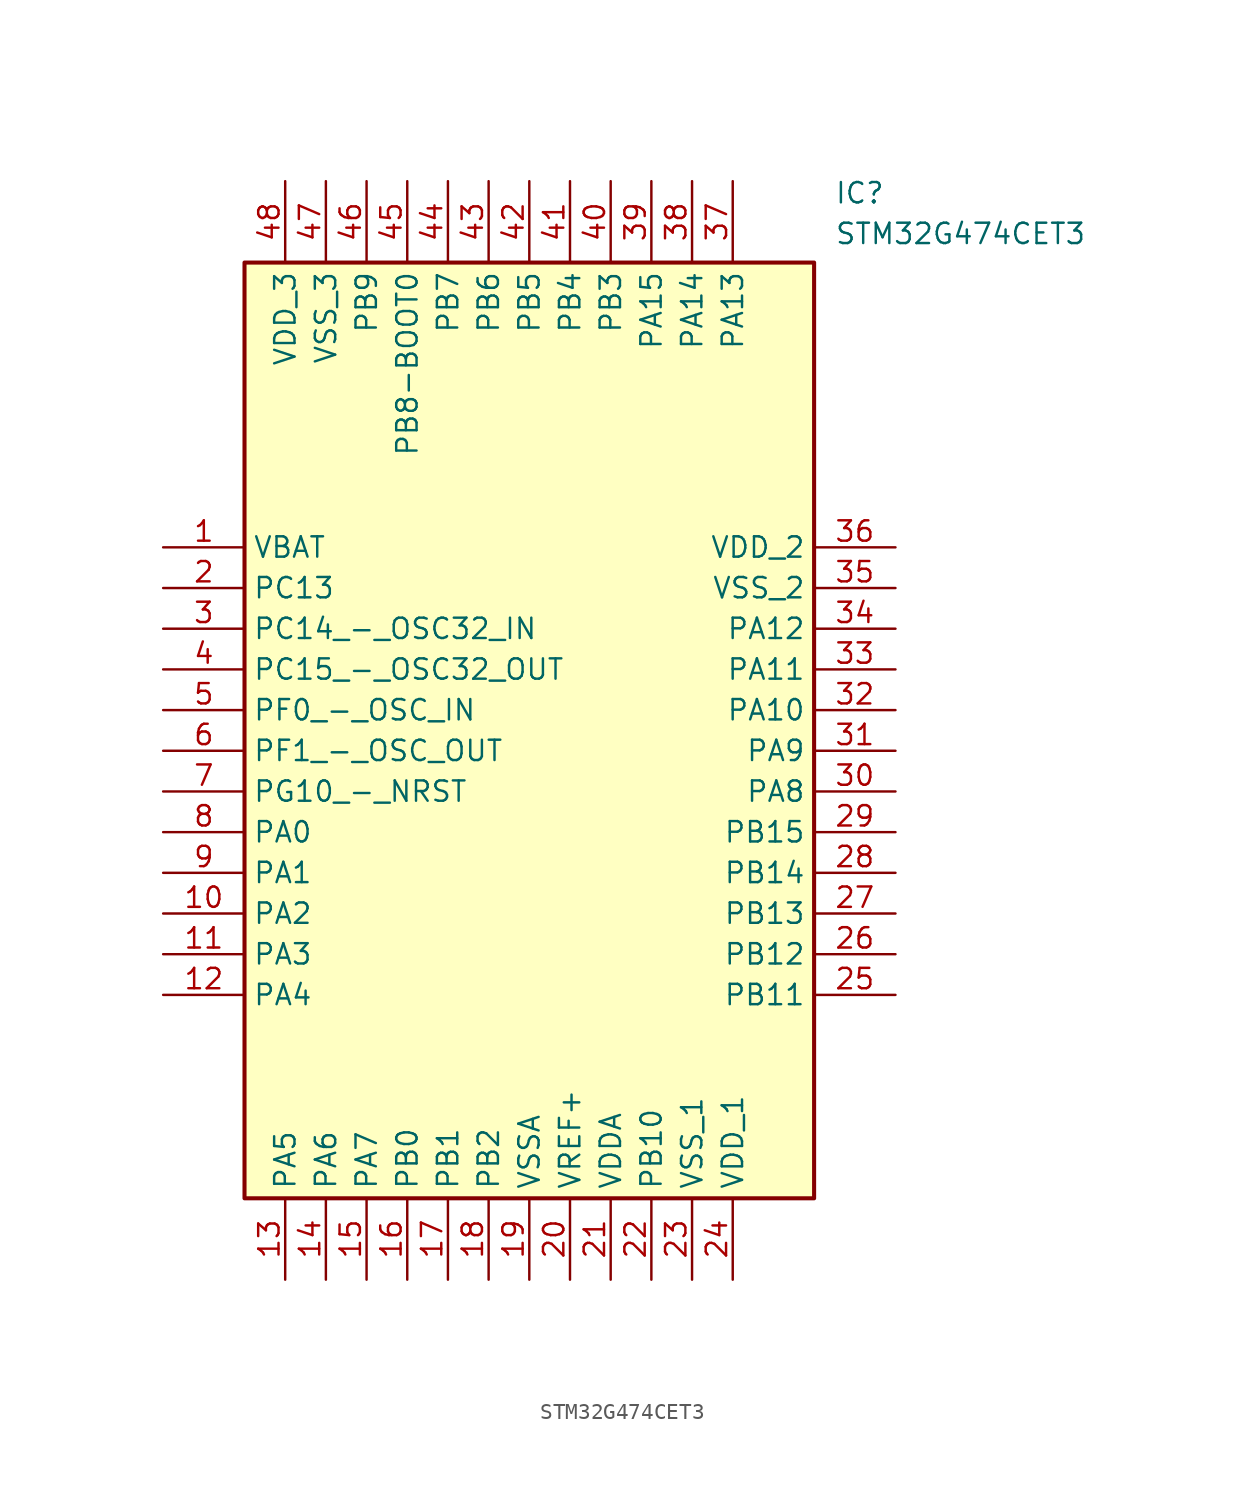
<source format=kicad_sym>
(kicad_symbol_lib
  (version 20211014)
  (generator SamacSys_ECAD_Model)
  (symbol "STM32G474CET3"
    (property "Reference" "IC"
      (at 41.91 22.86 0)
      (effects (font (size 1.27 1.27)) (justify left top)))
    (property "Value" "STM32G474CET3"
      (at 41.91 20.32 0)
      (effects (font (size 1.27 1.27)) (justify left top)))
    (rectangle
      (start 5.08 17.78)
      (end 40.64 -40.64)
      (stroke (width 0.254) (type default))
      (fill (type background)))
    (pin passive line
      (at 0 0 0)
      (length 5.08)
      (name "VBAT" (effects (font (size 1.27 1.27))))
      (number "1" (effects (font (size 1.27 1.27)))))
    (pin passive line
      (at 0 -2.54 0)
      (length 5.08)
      (name "PC13" (effects (font (size 1.27 1.27))))
      (number "2" (effects (font (size 1.27 1.27)))))
    (pin passive line
      (at 0 -5.08 0)
      (length 5.08)
      (name "PC14_-_OSC32_IN" (effects (font (size 1.27 1.27))))
      (number "3" (effects (font (size 1.27 1.27)))))
    (pin passive line
      (at 0 -7.62 0)
      (length 5.08)
      (name "PC15_-_OSC32_OUT" (effects (font (size 1.27 1.27))))
      (number "4" (effects (font (size 1.27 1.27)))))
    (pin passive line
      (at 0 -10.16 0)
      (length 5.08)
      (name "PF0_-_OSC_IN" (effects (font (size 1.27 1.27))))
      (number "5" (effects (font (size 1.27 1.27)))))
    (pin passive line
      (at 0 -12.7 0)
      (length 5.08)
      (name "PF1_-_OSC_OUT" (effects (font (size 1.27 1.27))))
      (number "6" (effects (font (size 1.27 1.27)))))
    (pin passive line
      (at 0 -15.24 0)
      (length 5.08)
      (name "PG10_-_NRST" (effects (font (size 1.27 1.27))))
      (number "7" (effects (font (size 1.27 1.27)))))
    (pin passive line
      (at 0 -17.78 0)
      (length 5.08)
      (name "PA0" (effects (font (size 1.27 1.27))))
      (number "8" (effects (font (size 1.27 1.27)))))
    (pin passive line
      (at 0 -20.32 0)
      (length 5.08)
      (name "PA1" (effects (font (size 1.27 1.27))))
      (number "9" (effects (font (size 1.27 1.27)))))
    (pin passive line
      (at 0 -22.86 0)
      (length 5.08)
      (name "PA2" (effects (font (size 1.27 1.27))))
      (number "10" (effects (font (size 1.27 1.27)))))
    (pin passive line
      (at 0 -25.4 0)
      (length 5.08)
      (name "PA3" (effects (font (size 1.27 1.27))))
      (number "11" (effects (font (size 1.27 1.27)))))
    (pin passive line
      (at 0 -27.94 0)
      (length 5.08)
      (name "PA4" (effects (font (size 1.27 1.27))))
      (number "12" (effects (font (size 1.27 1.27)))))
    (pin passive line
      (at 7.62 -45.72 90)
      (length 5.08)
      (name "PA5" (effects (font (size 1.27 1.27))))
      (number "13" (effects (font (size 1.27 1.27)))))
    (pin passive line
      (at 10.16 -45.72 90)
      (length 5.08)
      (name "PA6" (effects (font (size 1.27 1.27))))
      (number "14" (effects (font (size 1.27 1.27)))))
    (pin passive line
      (at 12.7 -45.72 90)
      (length 5.08)
      (name "PA7" (effects (font (size 1.27 1.27))))
      (number "15" (effects (font (size 1.27 1.27)))))
    (pin passive line
      (at 15.24 -45.72 90)
      (length 5.08)
      (name "PB0" (effects (font (size 1.27 1.27))))
      (number "16" (effects (font (size 1.27 1.27)))))
    (pin passive line
      (at 17.78 -45.72 90)
      (length 5.08)
      (name "PB1" (effects (font (size 1.27 1.27))))
      (number "17" (effects (font (size 1.27 1.27)))))
    (pin passive line
      (at 20.32 -45.72 90)
      (length 5.08)
      (name "PB2" (effects (font (size 1.27 1.27))))
      (number "18" (effects (font (size 1.27 1.27)))))
    (pin passive line
      (at 22.86 -45.72 90)
      (length 5.08)
      (name "VSSA" (effects (font (size 1.27 1.27))))
      (number "19" (effects (font (size 1.27 1.27)))))
    (pin passive line
      (at 25.4 -45.72 90)
      (length 5.08)
      (name "VREF+" (effects (font (size 1.27 1.27))))
      (number "20" (effects (font (size 1.27 1.27)))))
    (pin passive line
      (at 27.94 -45.72 90)
      (length 5.08)
      (name "VDDA" (effects (font (size 1.27 1.27))))
      (number "21" (effects (font (size 1.27 1.27)))))
    (pin passive line
      (at 30.48 -45.72 90)
      (length 5.08)
      (name "PB10" (effects (font (size 1.27 1.27))))
      (number "22" (effects (font (size 1.27 1.27)))))
    (pin passive line
      (at 33.02 -45.72 90)
      (length 5.08)
      (name "VSS_1" (effects (font (size 1.27 1.27))))
      (number "23" (effects (font (size 1.27 1.27)))))
    (pin passive line
      (at 35.56 -45.72 90)
      (length 5.08)
      (name "VDD_1" (effects (font (size 1.27 1.27))))
      (number "24" (effects (font (size 1.27 1.27)))))
    (pin passive line
      (at 45.72 0 180)
      (length 5.08)
      (name "VDD_2" (effects (font (size 1.27 1.27))))
      (number "36" (effects (font (size 1.27 1.27)))))
    (pin passive line
      (at 45.72 -2.54 180)
      (length 5.08)
      (name "VSS_2" (effects (font (size 1.27 1.27))))
      (number "35" (effects (font (size 1.27 1.27)))))
    (pin passive line
      (at 45.72 -5.08 180)
      (length 5.08)
      (name "PA12" (effects (font (size 1.27 1.27))))
      (number "34" (effects (font (size 1.27 1.27)))))
    (pin passive line
      (at 45.72 -7.62 180)
      (length 5.08)
      (name "PA11" (effects (font (size 1.27 1.27))))
      (number "33" (effects (font (size 1.27 1.27)))))
    (pin passive line
      (at 45.72 -10.16 180)
      (length 5.08)
      (name "PA10" (effects (font (size 1.27 1.27))))
      (number "32" (effects (font (size 1.27 1.27)))))
    (pin passive line
      (at 45.72 -12.7 180)
      (length 5.08)
      (name "PA9" (effects (font (size 1.27 1.27))))
      (number "31" (effects (font (size 1.27 1.27)))))
    (pin passive line
      (at 45.72 -15.24 180)
      (length 5.08)
      (name "PA8" (effects (font (size 1.27 1.27))))
      (number "30" (effects (font (size 1.27 1.27)))))
    (pin passive line
      (at 45.72 -17.78 180)
      (length 5.08)
      (name "PB15" (effects (font (size 1.27 1.27))))
      (number "29" (effects (font (size 1.27 1.27)))))
    (pin passive line
      (at 45.72 -20.32 180)
      (length 5.08)
      (name "PB14" (effects (font (size 1.27 1.27))))
      (number "28" (effects (font (size 1.27 1.27)))))
    (pin passive line
      (at 45.72 -22.86 180)
      (length 5.08)
      (name "PB13" (effects (font (size 1.27 1.27))))
      (number "27" (effects (font (size 1.27 1.27)))))
    (pin passive line
      (at 45.72 -25.4 180)
      (length 5.08)
      (name "PB12" (effects (font (size 1.27 1.27))))
      (number "26" (effects (font (size 1.27 1.27)))))
    (pin passive line
      (at 45.72 -27.94 180)
      (length 5.08)
      (name "PB11" (effects (font (size 1.27 1.27))))
      (number "25" (effects (font (size 1.27 1.27)))))
    (pin passive line
      (at 7.62 22.86 270)
      (length 5.08)
      (name "VDD_3" (effects (font (size 1.27 1.27))))
      (number "48" (effects (font (size 1.27 1.27)))))
    (pin passive line
      (at 10.16 22.86 270)
      (length 5.08)
      (name "VSS_3" (effects (font (size 1.27 1.27))))
      (number "47" (effects (font (size 1.27 1.27)))))
    (pin passive line
      (at 12.7 22.86 270)
      (length 5.08)
      (name "PB9" (effects (font (size 1.27 1.27))))
      (number "46" (effects (font (size 1.27 1.27)))))
    (pin passive line
      (at 15.24 22.86 270)
      (length 5.08)
      (name "PB8-BOOT0" (effects (font (size 1.27 1.27))))
      (number "45" (effects (font (size 1.27 1.27)))))
    (pin passive line
      (at 17.78 22.86 270)
      (length 5.08)
      (name "PB7" (effects (font (size 1.27 1.27))))
      (number "44" (effects (font (size 1.27 1.27)))))
    (pin passive line
      (at 20.32 22.86 270)
      (length 5.08)
      (name "PB6" (effects (font (size 1.27 1.27))))
      (number "43" (effects (font (size 1.27 1.27)))))
    (pin passive line
      (at 22.86 22.86 270)
      (length 5.08)
      (name "PB5" (effects (font (size 1.27 1.27))))
      (number "42" (effects (font (size 1.27 1.27)))))
    (pin passive line
      (at 25.4 22.86 270)
      (length 5.08)
      (name "PB4" (effects (font (size 1.27 1.27))))
      (number "41" (effects (font (size 1.27 1.27)))))
    (pin passive line
      (at 27.94 22.86 270)
      (length 5.08)
      (name "PB3" (effects (font (size 1.27 1.27))))
      (number "40" (effects (font (size 1.27 1.27)))))
    (pin passive line
      (at 30.48 22.86 270)
      (length 5.08)
      (name "PA15" (effects (font (size 1.27 1.27))))
      (number "39" (effects (font (size 1.27 1.27)))))
    (pin passive line
      (at 33.02 22.86 270)
      (length 5.08)
      (name "PA14" (effects (font (size 1.27 1.27))))
      (number "38" (effects (font (size 1.27 1.27)))))
    (pin passive line
      (at 35.56 22.86 270)
      (length 5.08)
      (name "PA13" (effects (font (size 1.27 1.27))))
      (number "37" (effects (font (size 1.27 1.27)))))))
</source>
